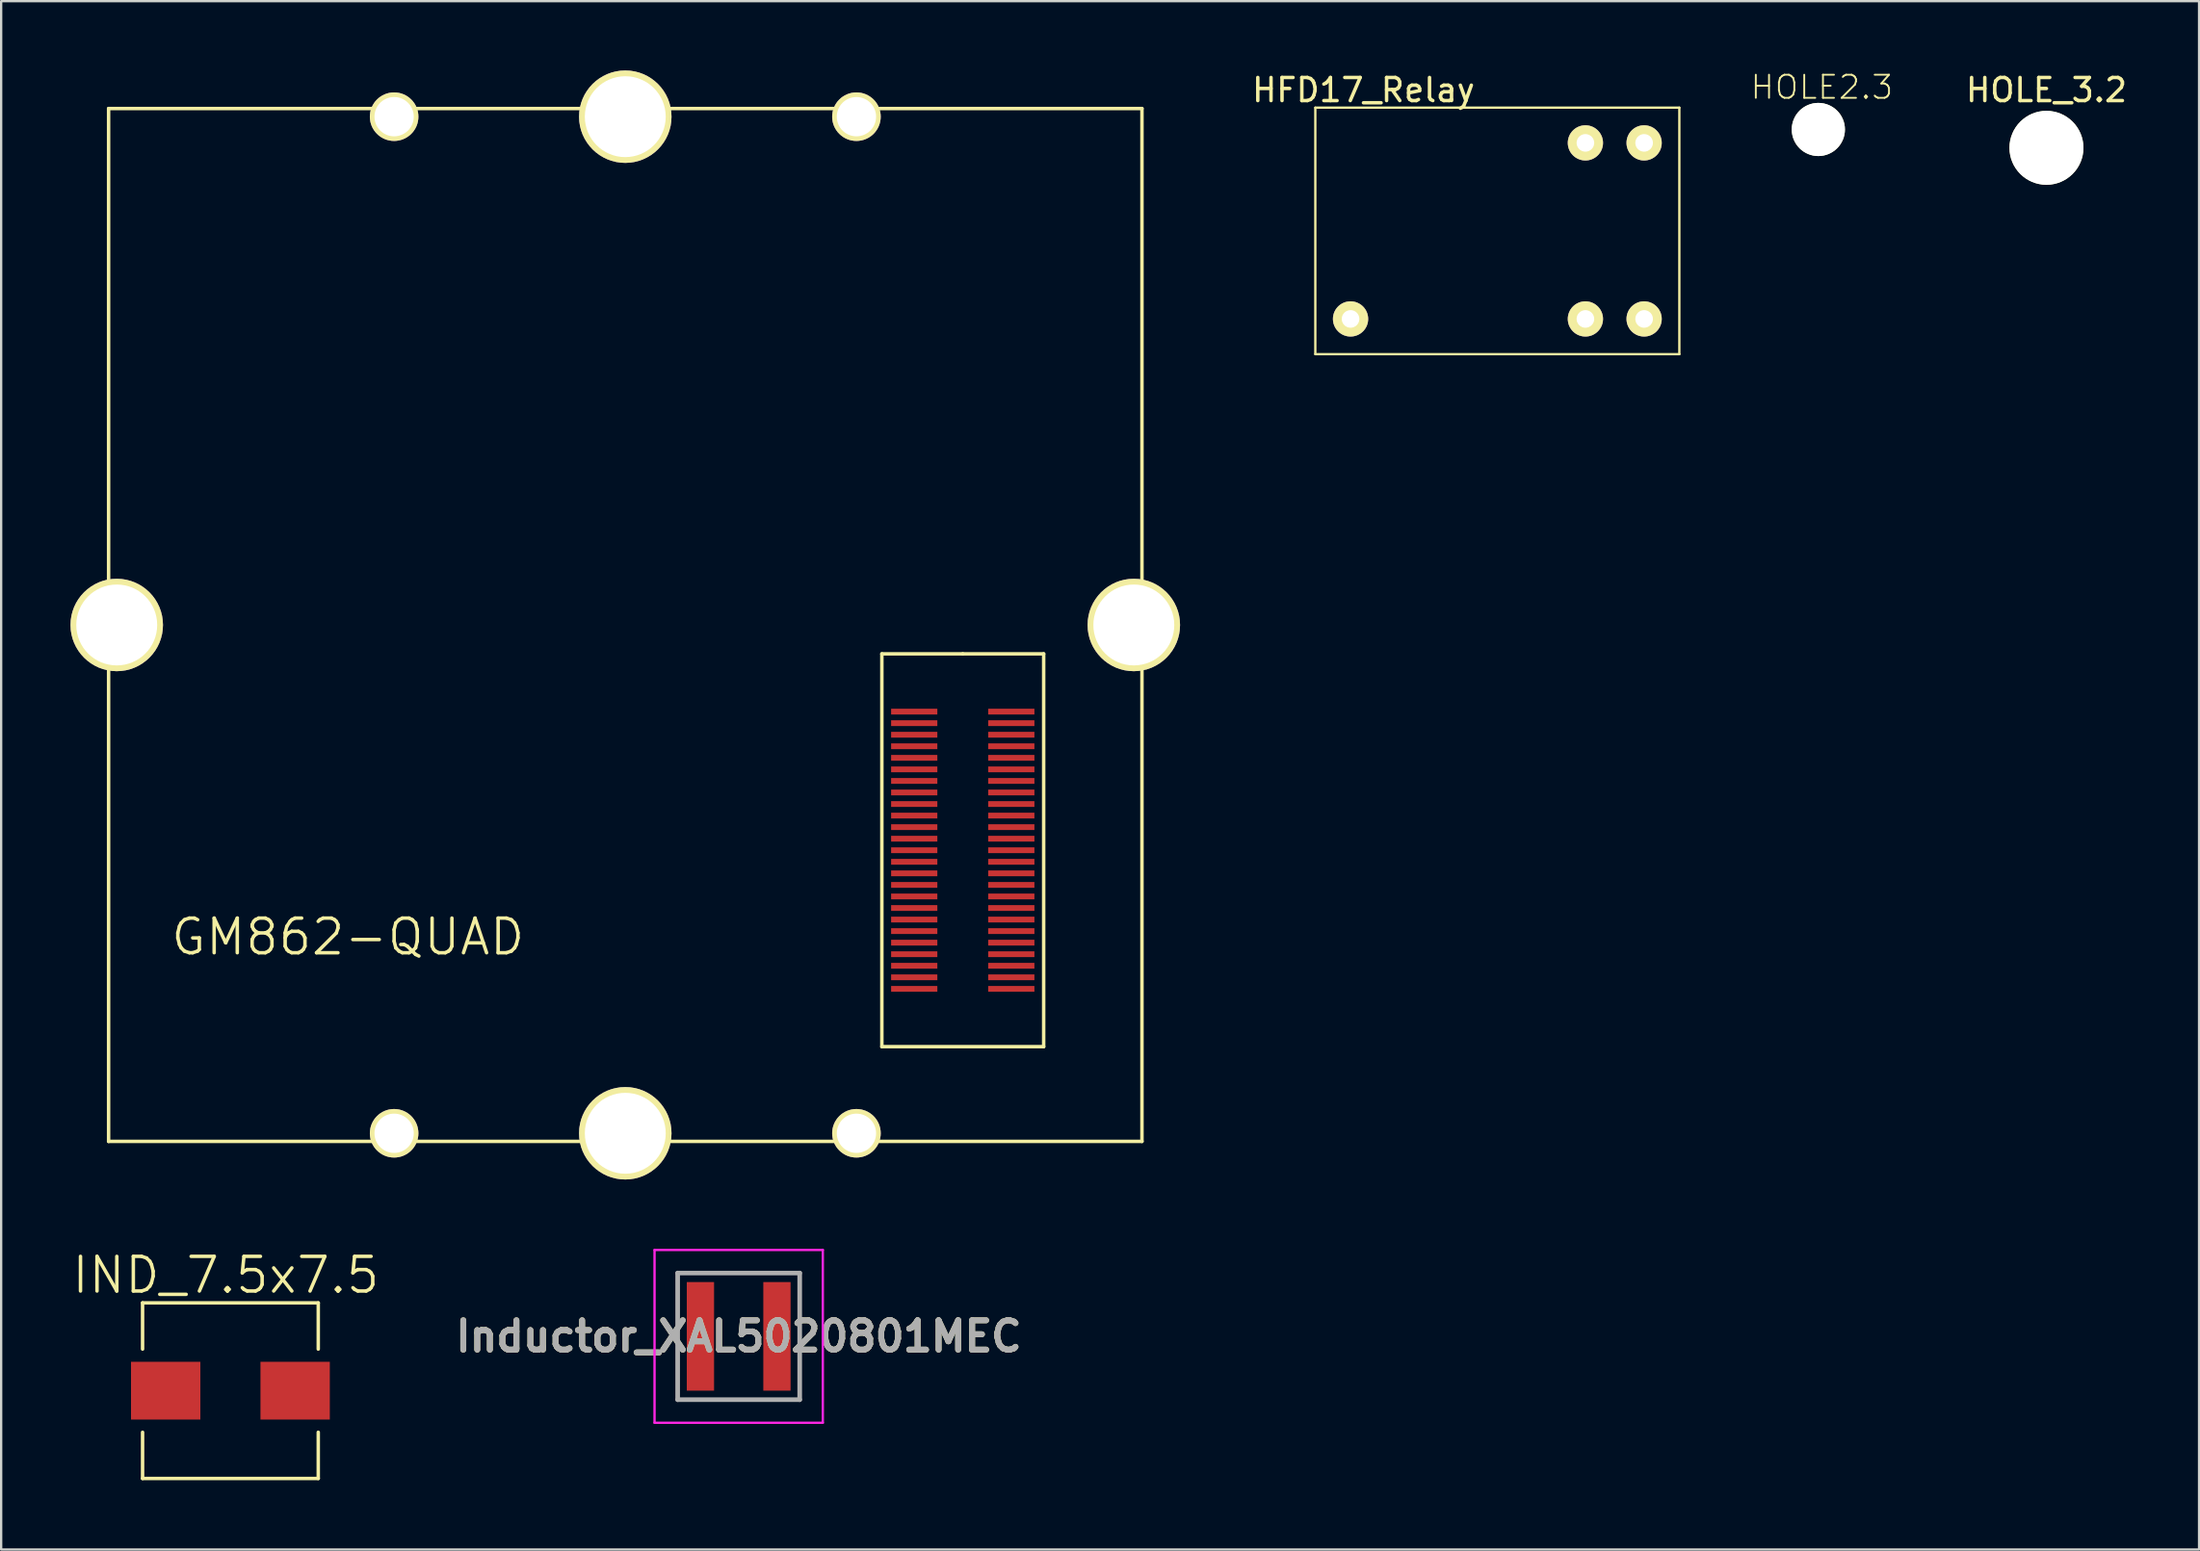
<source format=kicad_pcb>
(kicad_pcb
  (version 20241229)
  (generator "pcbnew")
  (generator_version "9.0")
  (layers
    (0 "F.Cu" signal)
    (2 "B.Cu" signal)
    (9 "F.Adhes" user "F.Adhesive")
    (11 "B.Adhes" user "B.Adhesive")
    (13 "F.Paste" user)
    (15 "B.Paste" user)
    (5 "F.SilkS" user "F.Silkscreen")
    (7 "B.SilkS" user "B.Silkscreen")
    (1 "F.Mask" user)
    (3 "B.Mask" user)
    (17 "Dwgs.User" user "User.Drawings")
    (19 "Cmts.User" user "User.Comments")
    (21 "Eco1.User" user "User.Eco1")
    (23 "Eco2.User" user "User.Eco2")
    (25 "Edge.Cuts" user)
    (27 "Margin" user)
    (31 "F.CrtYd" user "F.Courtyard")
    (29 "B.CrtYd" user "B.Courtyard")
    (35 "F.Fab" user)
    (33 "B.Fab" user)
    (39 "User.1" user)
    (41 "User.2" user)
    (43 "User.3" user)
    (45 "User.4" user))
  (footprint "HOLE2.3"
    (layer "F.Cu")
    (at 75.613 2.554)
    (property "Reference" "HOLE2.3" (at 0.152 -1.829 0) (layer "F.SilkS") (effects (font (size 1 1) (thickness 0.08))))
    (attr through_hole)
    (pad "" np_thru_hole circle (at 0 0) (size 2.3 2.3) (drill 2.3) (layers "*.Cu" "*.Mask" "F.SilkS")))
  (footprint "GM862-QUAD"
    (layer "F.Cu")
    (at 24 24)
    (property "Reference" "GM862-QUAD" (at -12 13.5 0) (layer "F.SilkS") (effects (font (size 1.5 1.5) (thickness 0.15))))
    (attr through_hole)
    (fp_line (start -22.352 -22.352) (end 22.352 -22.352) (stroke (width 0.15) (type solid)) (layer "F.SilkS"))
    (fp_line (start -22.352 22.352) (end -22.352 -22.352) (stroke (width 0.15) (type solid)) (layer "F.SilkS"))
    (fp_line (start 11.1 1.25) (end 11.1 18.25) (stroke (width 0.15) (type solid)) (layer "F.SilkS"))
    (fp_line (start 11.1 18.25) (end 18.1 18.25) (stroke (width 0.15) (type solid)) (layer "F.SilkS"))
    (fp_line (start 14.6 1.25) (end 11.1 1.25) (stroke (width 0.15) (type solid)) (layer "F.SilkS"))
    (fp_line (start 18.1 1.25) (end 14.6 1.25) (stroke (width 0.15) (type solid)) (layer "F.SilkS"))
    (fp_line (start 18.1 18.25) (end 18.1 1.25) (stroke (width 0.15) (type solid)) (layer "F.SilkS"))
    (fp_line (start 22.352 -22.352) (end 22.352 22.352) (stroke (width 0.15) (type solid)) (layer "F.SilkS"))
    (fp_line (start 22.352 22.352) (end -22.352 22.352) (stroke (width 0.15) (type solid)) (layer "F.SilkS"))
    (pad "" np_thru_hole circle (at -22 0) (size 4 4) (drill 3.5) (layers "*.Cu" "*.Mask" "F.SilkS"))
    (pad "" np_thru_hole circle (at -10 -22) (size 2.1 2.1) (drill 1.7) (layers "*.Cu" "*.Mask" "F.SilkS"))
    (pad "" np_thru_hole circle (at -10 22) (size 2.1 2.1) (drill 1.7) (layers "*.Cu" "*.Mask" "F.SilkS"))
    (pad "" np_thru_hole circle (at 0 -22) (size 4 4) (drill 3.5) (layers "*.Cu" "*.Mask" "F.SilkS"))
    (pad "" np_thru_hole circle (at 0 22) (size 4 4) (drill 3.5) (layers "*.Cu" "*.Mask" "F.SilkS"))
    (pad "" np_thru_hole circle (at 10 -22) (size 2.1 2.1) (drill 1.7) (layers "*.Cu" "*.Mask" "F.SilkS"))
    (pad "" np_thru_hole circle (at 10 22) (size 2.1 2.1) (drill 1.7) (layers "*.Cu" "*.Mask" "F.SilkS"))
    (pad "" np_thru_hole circle (at 22 0) (size 4 4) (drill 3.5) (layers "*.Cu" "*.Mask" "F.SilkS"))
    (pad "1" smd rect (at 12.5 3.75 270) (size 0.25 2) (layers "F.Cu" "F.Mask" "F.Paste"))
    (pad "2" smd rect (at 16.7 3.75 270) (size 0.25 2) (layers "F.Cu" "F.Mask" "F.Paste"))
    (pad "3" smd rect (at 12.5 4.25 270) (size 0.25 2) (layers "F.Cu" "F.Mask" "F.Paste"))
    (pad "4" smd rect (at 16.7 4.25 270) (size 0.25 2) (layers "F.Cu" "F.Mask" "F.Paste"))
    (pad "5" smd rect (at 12.5 4.75 270) (size 0.25 2) (layers "F.Cu" "F.Mask" "F.Paste"))
    (pad "6" smd rect (at 16.7 4.75 270) (size 0.25 2) (layers "F.Cu" "F.Mask" "F.Paste"))
    (pad "7" smd rect (at 12.5 5.25 270) (size 0.25 2) (layers "F.Cu" "F.Mask" "F.Paste"))
    (pad "8" smd rect (at 16.7 5.25 270) (size 0.25 2) (layers "F.Cu" "F.Mask" "F.Paste"))
    (pad "9" smd rect (at 12.5 5.75 270) (size 0.25 2) (layers "F.Cu" "F.Mask" "F.Paste"))
    (pad "10" smd rect (at 16.7 5.75 270) (size 0.25 2) (layers "F.Cu" "F.Mask" "F.Paste"))
    (pad "11" smd rect (at 12.5 6.25 270) (size 0.25 2) (layers "F.Cu" "F.Mask" "F.Paste"))
    (pad "12" smd rect (at 16.7 6.25 270) (size 0.25 2) (layers "F.Cu" "F.Mask" "F.Paste"))
    (pad "13" smd rect (at 12.5 6.75 270) (size 0.25 2) (layers "F.Cu" "F.Mask" "F.Paste"))
    (pad "14" smd rect (at 16.7 6.75 270) (size 0.25 2) (layers "F.Cu" "F.Mask" "F.Paste"))
    (pad "15" smd rect (at 12.5 7.25 270) (size 0.25 2) (layers "F.Cu" "F.Mask" "F.Paste"))
    (pad "16" smd rect (at 16.7 7.25 270) (size 0.25 2) (layers "F.Cu" "F.Mask" "F.Paste"))
    (pad "17" smd rect (at 12.5 7.75 270) (size 0.25 2) (layers "F.Cu" "F.Mask" "F.Paste"))
    (pad "18" smd rect (at 16.7 7.75 270) (size 0.25 2) (layers "F.Cu" "F.Mask" "F.Paste"))
    (pad "19" smd rect (at 12.5 8.25 270) (size 0.25 2) (layers "F.Cu" "F.Mask" "F.Paste"))
    (pad "20" smd rect (at 16.7 8.25 270) (size 0.25 2) (layers "F.Cu" "F.Mask" "F.Paste"))
    (pad "21" smd rect (at 12.5 8.75 270) (size 0.25 2) (layers "F.Cu" "F.Mask" "F.Paste"))
    (pad "22" smd rect (at 16.7 8.75 270) (size 0.25 2) (layers "F.Cu" "F.Mask" "F.Paste"))
    (pad "23" smd rect (at 12.5 9.25 270) (size 0.25 2) (layers "F.Cu" "F.Mask" "F.Paste"))
    (pad "24" smd rect (at 16.7 9.25 270) (size 0.25 2) (layers "F.Cu" "F.Mask" "F.Paste"))
    (pad "25" smd rect (at 12.5 9.75 270) (size 0.25 2) (layers "F.Cu" "F.Mask" "F.Paste"))
    (pad "26" smd rect (at 16.7 9.75 270) (size 0.25 2) (layers "F.Cu" "F.Mask" "F.Paste"))
    (pad "27" smd rect (at 12.5 10.25 270) (size 0.25 2) (layers "F.Cu" "F.Mask" "F.Paste"))
    (pad "28" smd rect (at 16.7 10.25 270) (size 0.25 2) (layers "F.Cu" "F.Mask" "F.Paste"))
    (pad "29" smd rect (at 12.5 10.75 270) (size 0.25 2) (layers "F.Cu" "F.Mask" "F.Paste"))
    (pad "30" smd rect (at 16.7 10.75 270) (size 0.25 2) (layers "F.Cu" "F.Mask" "F.Paste"))
    (pad "31" smd rect (at 12.5 11.25 270) (size 0.25 2) (layers "F.Cu" "F.Mask" "F.Paste"))
    (pad "32" smd rect (at 16.7 11.25 270) (size 0.25 2) (layers "F.Cu" "F.Mask" "F.Paste"))
    (pad "33" smd rect (at 12.5 11.75 270) (size 0.25 2) (layers "F.Cu" "F.Mask" "F.Paste"))
    (pad "34" smd rect (at 16.7 11.75 270) (size 0.25 2) (layers "F.Cu" "F.Mask" "F.Paste"))
    (pad "35" smd rect (at 12.5 12.25 270) (size 0.25 2) (layers "F.Cu" "F.Mask" "F.Paste"))
    (pad "36" smd rect (at 16.7 12.25 270) (size 0.25 2) (layers "F.Cu" "F.Mask" "F.Paste"))
    (pad "37" smd rect (at 12.5 12.75 270) (size 0.25 2) (layers "F.Cu" "F.Mask" "F.Paste"))
    (pad "38" smd rect (at 16.7 12.75 270) (size 0.25 2) (layers "F.Cu" "F.Mask" "F.Paste"))
    (pad "39" smd rect (at 12.5 13.25 270) (size 0.25 2) (layers "F.Cu" "F.Mask" "F.Paste"))
    (pad "40" smd rect (at 16.7 13.25 270) (size 0.25 2) (layers "F.Cu" "F.Mask" "F.Paste"))
    (pad "41" smd rect (at 12.5 13.75 270) (size 0.25 2) (layers "F.Cu" "F.Mask" "F.Paste"))
    (pad "42" smd rect (at 16.7 13.75 270) (size 0.25 2) (layers "F.Cu" "F.Mask" "F.Paste"))
    (pad "43" smd rect (at 12.5 14.25 270) (size 0.25 2) (layers "F.Cu" "F.Mask" "F.Paste"))
    (pad "44" smd rect (at 16.7 14.25 270) (size 0.25 2) (layers "F.Cu" "F.Mask" "F.Paste"))
    (pad "45" smd rect (at 12.5 14.75 270) (size 0.25 2) (layers "F.Cu" "F.Mask" "F.Paste"))
    (pad "46" smd rect (at 16.7 14.75 270) (size 0.25 2) (layers "F.Cu" "F.Mask" "F.Paste"))
    (pad "47" smd rect (at 12.5 15.25 270) (size 0.25 2) (layers "F.Cu" "F.Mask" "F.Paste"))
    (pad "48" smd rect (at 16.7 15.25 270) (size 0.25 2) (layers "F.Cu" "F.Mask" "F.Paste"))
    (pad "49" smd rect (at 12.5 15.75 270) (size 0.25 2) (layers "F.Cu" "F.Mask" "F.Paste"))
    (pad "50" smd rect (at 16.7 15.75 270) (size 0.25 2) (layers "F.Cu" "F.Mask" "F.Paste")))
  (footprint "HFD17_Relay"
    (layer "F.Cu")
    (at 55.376 3.134)
    (property "Reference" "HFD17_Relay" (at 0.559 -2.286 0) (layer "F.SilkS") (effects (font (size 1 1) (thickness 0.15))))
    (attr through_hole)
    (fp_line (start -1.524 -1.524) (end 14.224 -1.524) (stroke (width 0.1) (type solid)) (layer "F.SilkS"))
    (fp_line (start -1.524 9.144) (end -1.524 -1.524) (stroke (width 0.1) (type solid)) (layer "F.SilkS"))
    (fp_line (start 14.224 -1.524) (end 14.224 9.144) (stroke (width 0.1) (type solid)) (layer "F.SilkS"))
    (fp_line (start 14.224 9.144) (end -1.524 9.144) (stroke (width 0.1) (type solid)) (layer "F.SilkS"))
    (pad "1" thru_hole circle (at 0 7.62) (size 1.524 1.524) (drill 0.762) (layers "*.Cu" "*.Mask" "F.SilkS"))
    (pad "2" thru_hole circle (at 10.16 7.62) (size 1.524 1.524) (drill 0.762) (layers "*.Cu" "*.Mask" "F.SilkS"))
    (pad "3" thru_hole circle (at 12.7 7.62) (size 1.524 1.524) (drill 0.762) (layers "*.Cu" "*.Mask" "F.SilkS"))
    (pad "4" thru_hole circle (at 12.7 0) (size 1.524 1.524) (drill 0.762) (layers "*.Cu" "*.Mask" "F.SilkS"))
    (pad "5" thru_hole circle (at 10.16 0) (size 1.524 1.524) (drill 0.762) (layers "*.Cu" "*.Mask" "F.SilkS")))
  (footprint "HOLE_3.2"
    (layer "F.Cu")
    (at 85.481 3.348)
    (property "Reference" "HOLE_3.2" (at 0 -2.5 0) (layer "F.SilkS") (effects (font (size 1 1) (thickness 0.15))))
    (attr through_hole)
    (pad "" np_thru_hole circle (at 0 0) (size 3.2 3.2) (drill 3.2) (layers "*.Cu" "*.Mask" "F.SilkS")))
  (footprint "Inductor_XAL5020801MEC"
    (layer "F.Cu")
    (at 28.906 54.79)
    (property "Reference" "Inductor_XAL5020801MEC" (at 0 0 0) (layer "F.SilkS") (effects (font (size 1.27 1.27) (thickness 0.254))))
    (attr smd)
    (fp_line (start -2.64 -2.74) (end 2.64 -2.74) (stroke (width 0.1) (type solid)) (layer "F.SilkS"))
    (fp_line (start -2.64 2.74) (end -2.64 -2.74) (stroke (width 0.1) (type solid)) (layer "F.SilkS"))
    (fp_line (start 2.64 -2.74) (end 2.64 2.74) (stroke (width 0.1) (type solid)) (layer "F.SilkS"))
    (fp_line (start 2.64 2.74) (end -2.64 2.74) (stroke (width 0.1) (type solid)) (layer "F.SilkS"))
    (fp_line (start -3.64 -3.74) (end 3.64 -3.74) (stroke (width 0.1) (type solid)) (layer "F.CrtYd"))
    (fp_line (start -3.64 3.74) (end -3.64 -3.74) (stroke (width 0.1) (type solid)) (layer "F.CrtYd"))
    (fp_line (start 3.64 -3.74) (end 3.64 3.74) (stroke (width 0.1) (type solid)) (layer "F.CrtYd"))
    (fp_line (start 3.64 3.74) (end -3.64 3.74) (stroke (width 0.1) (type solid)) (layer "F.CrtYd"))
    (fp_line (start -2.64 -2.74) (end 2.64 -2.74) (stroke (width 0.2) (type solid)) (layer "F.Fab"))
    (fp_line (start -2.64 2.74) (end -2.64 -2.74) (stroke (width 0.2) (type solid)) (layer "F.Fab"))
    (fp_line (start 2.64 -2.74) (end 2.64 2.74) (stroke (width 0.2) (type solid)) (layer "F.Fab"))
    (fp_line (start 2.64 2.74) (end -2.64 2.74) (stroke (width 0.2) (type solid)) (layer "F.Fab"))
    (fp_text user "${REFERENCE}" (at 0 0 0) (layer "F.Fab") (effects (font (size 1.27 1.27) (thickness 0.254))))
    (pad "1" smd rect (at -1.655 0) (size 1.18 4.7) (layers "F.Cu" "F.Mask" "F.Paste"))
    (pad "2" smd rect (at 1.655 0) (size 1.18 4.7) (layers "F.Cu" "F.Mask" "F.Paste")))
  (footprint "IND_7.5x7.5"
    (layer "F.Cu")
    (at 6.918 57.141)
    (property "Reference" "IND_7.5x7.5" (at -0.2 -5 0) (layer "F.SilkS") (effects (font (size 1.5 1.5) (thickness 0.15))))
    (attr through_hole)
    (fp_line (start -3.8 -3.8) (end -3.8 -1.8) (stroke (width 0.15) (type solid)) (layer "F.SilkS"))
    (fp_line (start -3.8 -3.8) (end 3.8 -3.8) (stroke (width 0.15) (type solid)) (layer "F.SilkS"))
    (fp_line (start -3.8 3.8) (end -3.8 1.8) (stroke (width 0.15) (type solid)) (layer "F.SilkS"))
    (fp_line (start -3.8 3.8) (end 3.8 3.8) (stroke (width 0.15) (type solid)) (layer "F.SilkS"))
    (fp_line (start 3.8 -3.8) (end 3.8 -1.8) (stroke (width 0.15) (type solid)) (layer "F.SilkS"))
    (fp_line (start 3.8 3.8) (end 3.8 1.8) (stroke (width 0.15) (type solid)) (layer "F.SilkS"))
    (pad "1" smd rect (at -2.8 0) (size 3 2.5) (layers "F.Cu" "F.Mask" "F.Paste"))
    (pad "2" smd rect (at 2.8 0) (size 3 2.5) (layers "F.Cu" "F.Mask" "F.Paste")))
  (gr_rect
    (start -3 -3)
    (end 92.083 64.016)
    (stroke (width 0.1) (type default))
    (fill no)
    (layer "Edge.Cuts")))
</source>
